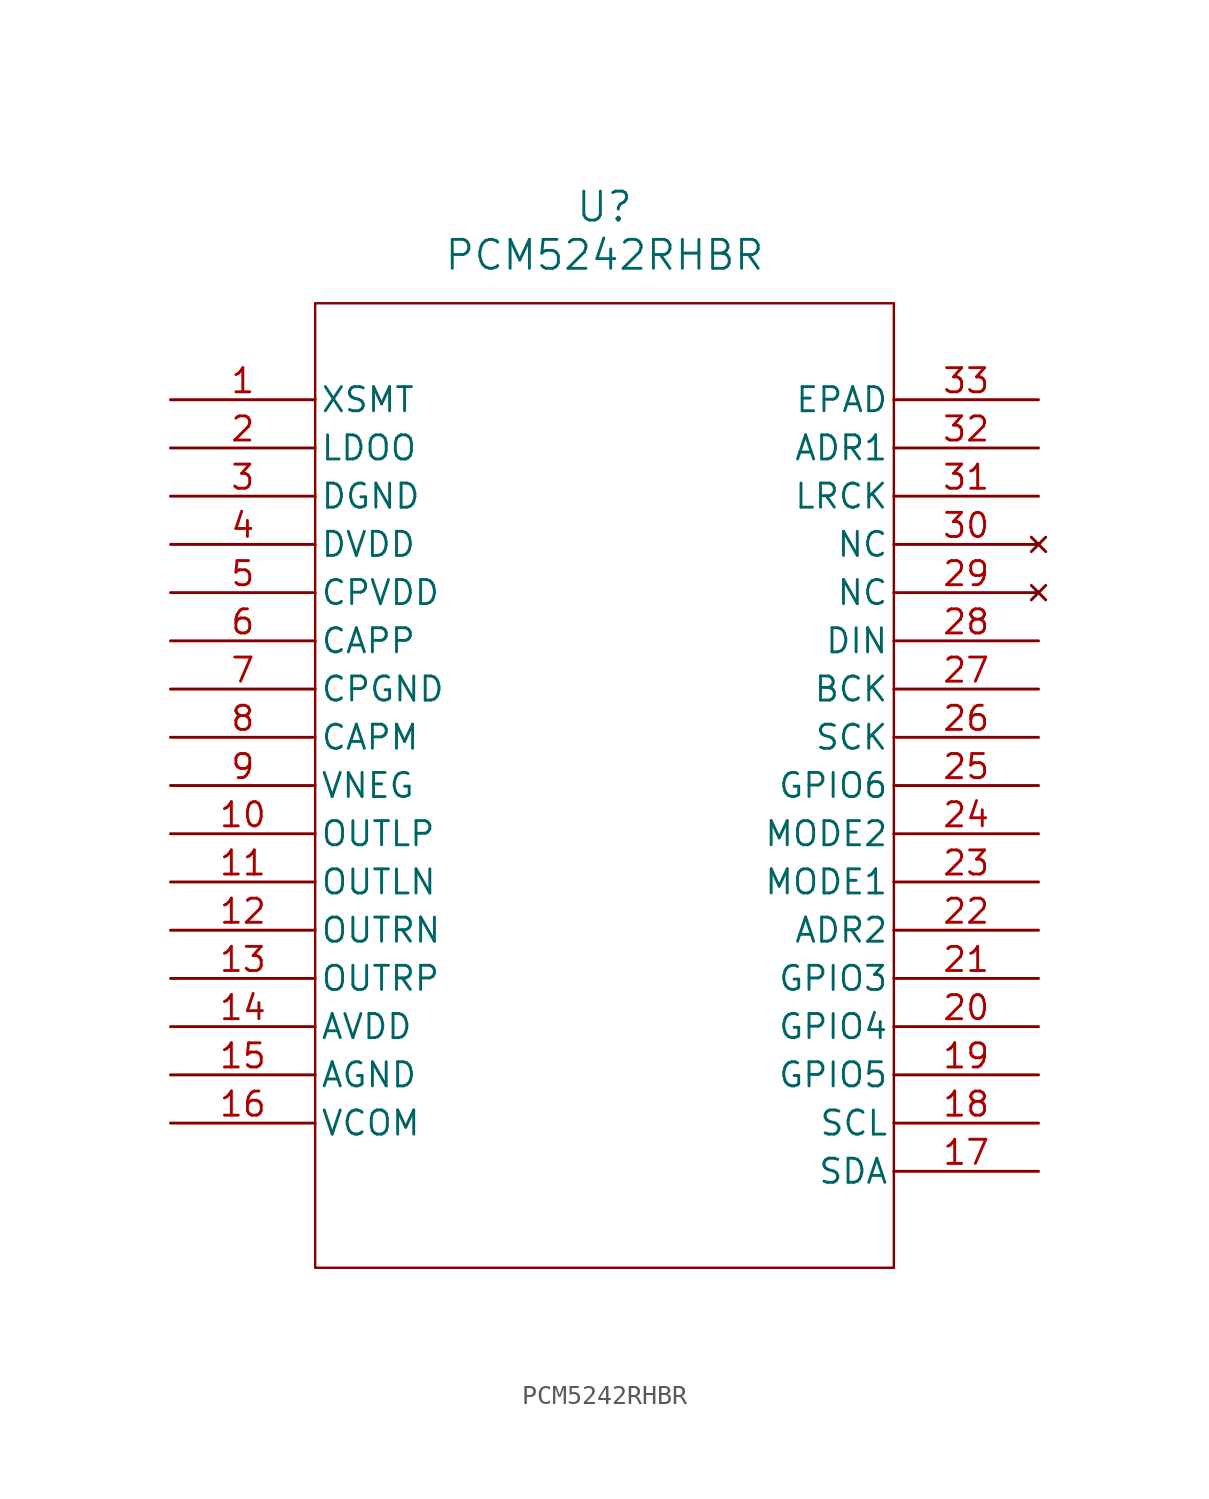
<source format=kicad_sym>
(kicad_symbol_lib
  (version 20211014)
  (generator kicad_symbol_editor)
  (symbol "PCM5242RHBR"
    (pin_names
      (offset 0.254))
    (property "Reference" "U"
      (at 22.86 10.16 0)
      (effects (font (size 1.524 1.524))))
    (property "Value" "PCM5242RHBR"
      (at 22.86 7.62 0)
      (effects (font (size 1.524 1.524))))
    (symbol "PCM5242RHBR_0_1"
      (polyline (pts (xy 7.62 5.08) (xy 7.62 -45.72)) (stroke (width 0.127) (type default) (color 0 0 0 0)) (fill (type none)))
      (polyline (pts (xy 7.62 -45.72) (xy 38.1 -45.72)) (stroke (width 0.127) (type default) (color 0 0 0 0)) (fill (type none)))
      (polyline (pts (xy 38.1 -45.72) (xy 38.1 5.08)) (stroke (width 0.127) (type default) (color 0 0 0 0)) (fill (type none)))
      (polyline (pts (xy 38.1 5.08) (xy 7.62 5.08)) (stroke (width 0.127) (type default) (color 0 0 0 0)) (fill (type none)))
      (pin input line (at 0 0 0) (length 7.62) (name "XSMT" (effects (font (size 1.27 1.27)))) (number "1" (effects (font (size 1.27 1.27)))))
      (pin output line (at 0 -2.54 0) (length 7.62) (name "LDOO" (effects (font (size 1.27 1.27)))) (number "2" (effects (font (size 1.27 1.27)))))
      (pin power_in line (at 0 -5.08 0) (length 7.62) (name "DGND" (effects (font (size 1.27 1.27)))) (number "3" (effects (font (size 1.27 1.27)))))
      (pin power_in line (at 0 -7.62 0) (length 7.62) (name "DVDD" (effects (font (size 1.27 1.27)))) (number "4" (effects (font (size 1.27 1.27)))))
      (pin power_in line (at 0 -10.16 0) (length 7.62) (name "CPVDD" (effects (font (size 1.27 1.27)))) (number "5" (effects (font (size 1.27 1.27)))))
      (pin output line (at 0 -12.7 0) (length 7.62) (name "CAPP" (effects (font (size 1.27 1.27)))) (number "6" (effects (font (size 1.27 1.27)))))
      (pin power_in line (at 0 -15.24 0) (length 7.62) (name "CPGND" (effects (font (size 1.27 1.27)))) (number "7" (effects (font (size 1.27 1.27)))))
      (pin output line (at 0 -17.78 0) (length 7.62) (name "CAPM" (effects (font (size 1.27 1.27)))) (number "8" (effects (font (size 1.27 1.27)))))
      (pin output line (at 0 -20.32 0) (length 7.62) (name "VNEG" (effects (font (size 1.27 1.27)))) (number "9" (effects (font (size 1.27 1.27)))))
      (pin output line (at 0 -22.86 0) (length 7.62) (name "OUTLP" (effects (font (size 1.27 1.27)))) (number "10" (effects (font (size 1.27 1.27)))))
      (pin output line (at 0 -25.4 0) (length 7.62) (name "OUTLN" (effects (font (size 1.27 1.27)))) (number "11" (effects (font (size 1.27 1.27)))))
      (pin output line (at 0 -27.94 0) (length 7.62) (name "OUTRN" (effects (font (size 1.27 1.27)))) (number "12" (effects (font (size 1.27 1.27)))))
      (pin output line (at 0 -30.48 0) (length 7.62) (name "OUTRP" (effects (font (size 1.27 1.27)))) (number "13" (effects (font (size 1.27 1.27)))))
      (pin power_in line (at 0 -33.02 0) (length 7.62) (name "AVDD" (effects (font (size 1.27 1.27)))) (number "14" (effects (font (size 1.27 1.27)))))
      (pin power_in line (at 0 -35.56 0) (length 7.62) (name "AGND" (effects (font (size 1.27 1.27)))) (number "15" (effects (font (size 1.27 1.27)))))
      (pin bidirectional line (at 0 -38.1 0) (length 7.62) (name "VCOM" (effects (font (size 1.27 1.27)))) (number "16" (effects (font (size 1.27 1.27)))))
      (pin bidirectional line (at 45.72 -40.64 180) (length 7.62) (name "SDA" (effects (font (size 1.27 1.27)))) (number "17" (effects (font (size 1.27 1.27)))))
      (pin input line (at 45.72 -38.1 180) (length 7.62) (name "SCL" (effects (font (size 1.27 1.27)))) (number "18" (effects (font (size 1.27 1.27)))))
      (pin bidirectional line (at 45.72 -35.56 180) (length 7.62) (name "GPIO5" (effects (font (size 1.27 1.27)))) (number "19" (effects (font (size 1.27 1.27)))))
      (pin bidirectional line (at 45.72 -33.02 180) (length 7.62) (name "GPIO4" (effects (font (size 1.27 1.27)))) (number "20" (effects (font (size 1.27 1.27)))))
      (pin bidirectional line (at 45.72 -30.48 180) (length 7.62) (name "GPIO3" (effects (font (size 1.27 1.27)))) (number "21" (effects (font (size 1.27 1.27)))))
      (pin bidirectional line (at 45.72 -27.94 180) (length 7.62) (name "ADR2" (effects (font (size 1.27 1.27)))) (number "22" (effects (font (size 1.27 1.27)))))
      (pin input line (at 45.72 -25.4 180) (length 7.62) (name "MODE1" (effects (font (size 1.27 1.27)))) (number "23" (effects (font (size 1.27 1.27)))))
      (pin input line (at 45.72 -22.86 180) (length 7.62) (name "MODE2" (effects (font (size 1.27 1.27)))) (number "24" (effects (font (size 1.27 1.27)))))
      (pin bidirectional line (at 45.72 -20.32 180) (length 7.62) (name "GPIO6" (effects (font (size 1.27 1.27)))) (number "25" (effects (font (size 1.27 1.27)))))
      (pin input line (at 45.72 -17.78 180) (length 7.62) (name "SCK" (effects (font (size 1.27 1.27)))) (number "26" (effects (font (size 1.27 1.27)))))
      (pin bidirectional line (at 45.72 -15.24 180) (length 7.62) (name "BCK" (effects (font (size 1.27 1.27)))) (number "27" (effects (font (size 1.27 1.27)))))
      (pin input line (at 45.72 -12.7 180) (length 7.62) (name "DIN" (effects (font (size 1.27 1.27)))) (number "28" (effects (font (size 1.27 1.27)))))
      (pin no_connect line (at 45.72 -10.16 180) (length 7.62) (name "NC" (effects (font (size 1.27 1.27)))) (number "29" (effects (font (size 1.27 1.27)))))
      (pin no_connect line (at 45.72 -7.62 180) (length 7.62) (name "NC" (effects (font (size 1.27 1.27)))) (number "30" (effects (font (size 1.27 1.27)))))
      (pin bidirectional line (at 45.72 -5.08 180) (length 7.62) (name "LRCK" (effects (font (size 1.27 1.27)))) (number "31" (effects (font (size 1.27 1.27)))))
      (pin bidirectional line (at 45.72 -2.54 180) (length 7.62) (name "ADR1" (effects (font (size 1.27 1.27)))) (number "32" (effects (font (size 1.27 1.27)))))
      (pin unspecified line (at 45.72 0 180) (length 7.62) (name "EPAD" (effects (font (size 1.27 1.27)))) (number "33" (effects (font (size 1.27 1.27))))))))
</source>
